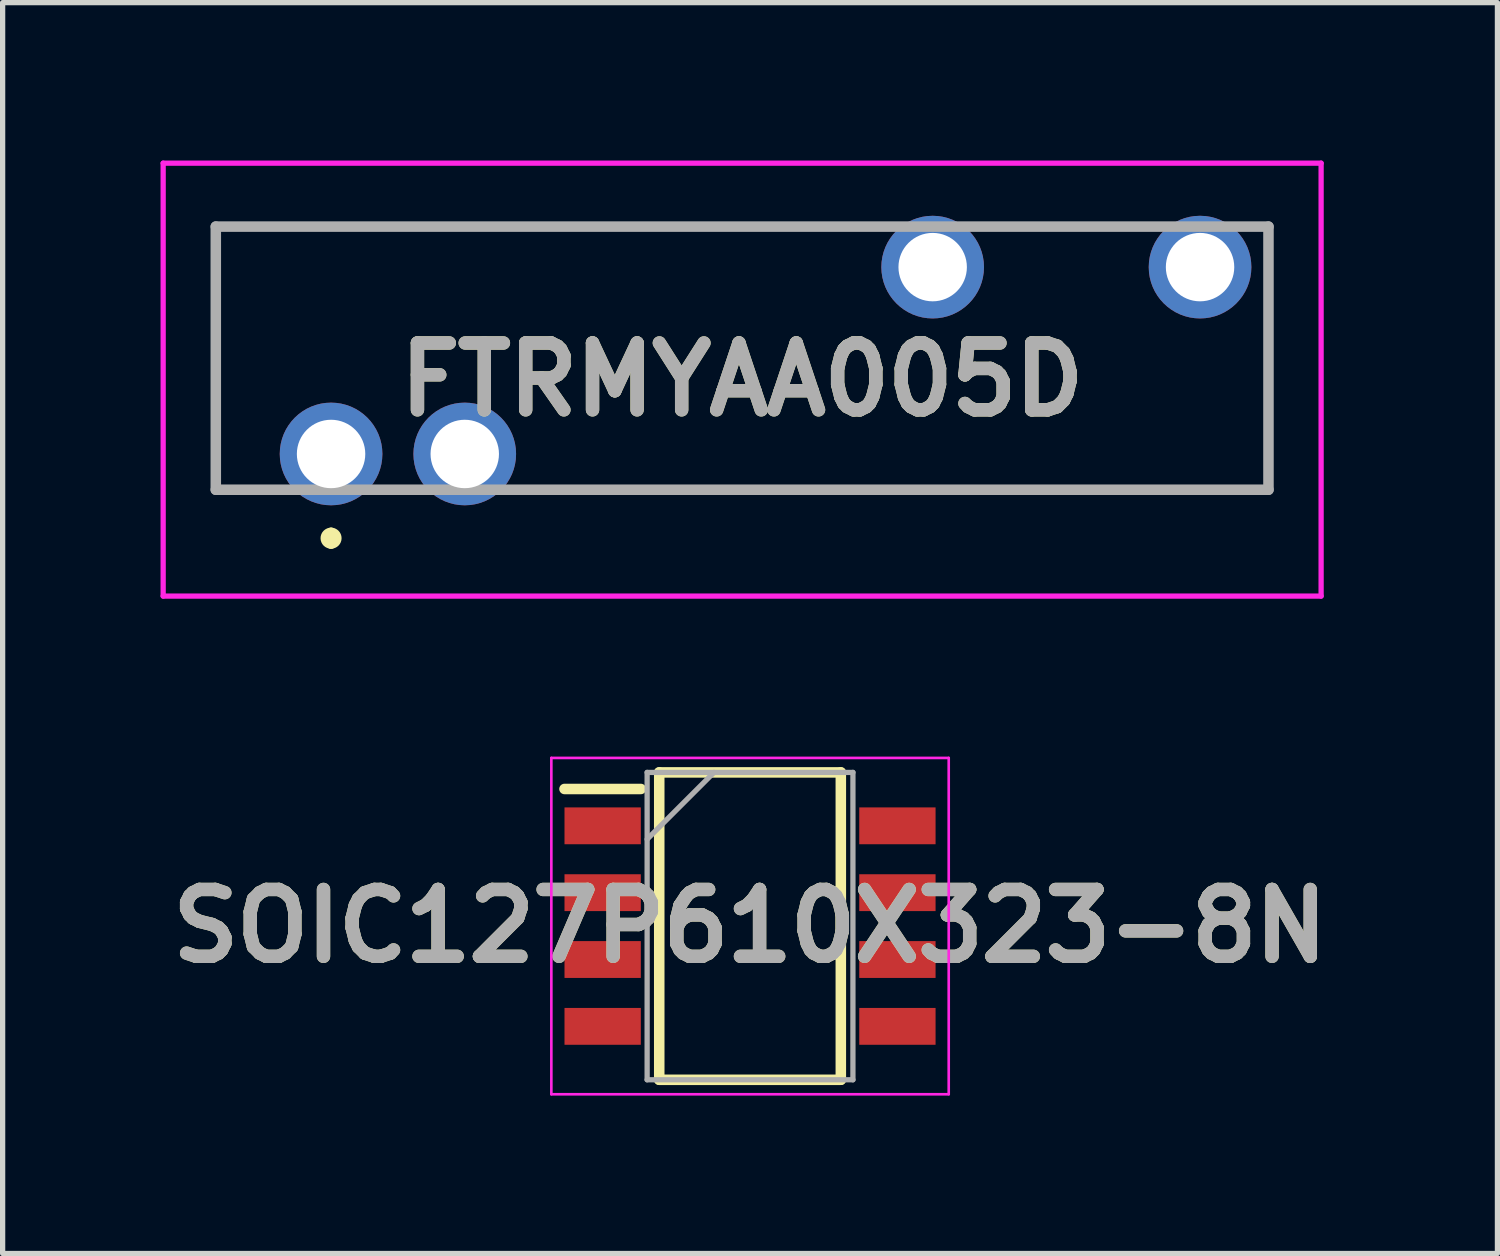
<source format=kicad_pcb>
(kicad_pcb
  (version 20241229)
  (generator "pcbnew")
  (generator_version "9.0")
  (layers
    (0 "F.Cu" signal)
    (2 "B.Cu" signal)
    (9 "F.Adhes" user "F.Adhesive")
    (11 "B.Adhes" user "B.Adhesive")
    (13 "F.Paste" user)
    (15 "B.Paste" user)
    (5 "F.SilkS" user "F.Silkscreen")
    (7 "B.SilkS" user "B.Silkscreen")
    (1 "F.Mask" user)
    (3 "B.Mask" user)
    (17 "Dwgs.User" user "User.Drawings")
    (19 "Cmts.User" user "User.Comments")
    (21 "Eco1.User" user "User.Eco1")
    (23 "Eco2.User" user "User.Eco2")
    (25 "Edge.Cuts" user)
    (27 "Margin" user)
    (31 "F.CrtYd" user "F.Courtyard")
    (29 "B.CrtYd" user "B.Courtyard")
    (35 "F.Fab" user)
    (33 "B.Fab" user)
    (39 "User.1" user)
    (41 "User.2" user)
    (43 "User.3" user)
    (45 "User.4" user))
  (footprint "FTRMYAA005D"
    (layer "F.Cu")
    (at 3.24 5.575)
    (property "Reference" "FTRMYAA005D" (at 7.81 -1.413 0) (layer "F.SilkS") (effects (font (size 1.27 1.27) (thickness 0.254))))
    (attr through_hole)
    (fp_line (start -2.19 -4.32) (end 10 -4.32) (stroke (width 0.1) (type solid)) (layer "F.SilkS"))
    (fp_line (start -2.19 0.68) (end -2.19 -4.32) (stroke (width 0.1) (type solid)) (layer "F.SilkS"))
    (fp_line (start -1.5 0.68) (end -2.19 0.68) (stroke (width 0.1) (type solid)) (layer "F.SilkS"))
    (fp_line (start 0 1.5) (end 0 1.5) (stroke (width 0.2) (type solid)) (layer "F.SilkS"))
    (fp_line (start 0 1.7) (end 0 1.7) (stroke (width 0.2) (type solid)) (layer "F.SilkS"))
    (fp_line (start 4 0.68) (end 17.81 0.68) (stroke (width 0.1) (type solid)) (layer "F.SilkS"))
    (fp_line (start 12.5 -4.32) (end 15 -4.32) (stroke (width 0.1) (type solid)) (layer "F.SilkS"))
    (fp_line (start 17.81 0.68) (end 17.81 -4.32) (stroke (width 0.1) (type solid)) (layer "F.SilkS"))
    (fp_arc (start 0 1.5) (mid 0.1 1.6) (end 0 1.7) (stroke (width 0.2) (type solid)) (layer "F.SilkS"))
    (fp_arc (start 0 1.7) (mid -0.1 1.6) (end 0 1.5) (stroke (width 0.2) (type solid)) (layer "F.SilkS"))
    (fp_line (start -3.19 -5.525) (end -3.19 2.7) (stroke (width 0.1) (type solid)) (layer "F.CrtYd"))
    (fp_line (start -3.19 2.7) (end 18.81 2.7) (stroke (width 0.1) (type solid)) (layer "F.CrtYd"))
    (fp_line (start 18.81 -5.525) (end -3.19 -5.525) (stroke (width 0.1) (type solid)) (layer "F.CrtYd"))
    (fp_line (start 18.81 2.7) (end 18.81 -5.525) (stroke (width 0.1) (type solid)) (layer "F.CrtYd"))
    (fp_line (start -2.19 -4.32) (end -2.19 0.68) (stroke (width 0.2) (type solid)) (layer "F.Fab"))
    (fp_line (start -2.19 0.68) (end 17.81 0.68) (stroke (width 0.2) (type solid)) (layer "F.Fab"))
    (fp_line (start 17.81 -4.32) (end -2.19 -4.32) (stroke (width 0.2) (type solid)) (layer "F.Fab"))
    (fp_line (start 17.81 0.68) (end 17.81 -4.32) (stroke (width 0.2) (type solid)) (layer "F.Fab"))
    (fp_text user "${REFERENCE}" (at 7.81 -1.413 0) (layer "F.Fab") (effects (font (size 1.27 1.27) (thickness 0.254))))
    (pad "1" thru_hole circle (at 0 0) (size 1.95 1.95) (drill 1.3) (layers "*.Cu" "*.Mask"))
    (pad "2" thru_hole circle (at 2.54 0) (size 1.95 1.95) (drill 1.3) (layers "*.Cu" "*.Mask"))
    (pad "3" thru_hole circle (at 16.51 -3.55) (size 1.95 1.95) (drill 1.3) (layers "*.Cu" "*.Mask"))
    (pad "4" thru_hole circle (at 11.43 -3.55) (size 1.95 1.95) (drill 1.3) (layers "*.Cu" "*.Mask")))
  (footprint "SOIC127P610X323-8N"
    (layer "F.Cu")
    (at 11.2 14.545)
    (property "Reference" "SOIC127P610X323-8N" (at 0 0 0) (layer "F.SilkS") (effects (font (size 1.27 1.27) (thickness 0.254))))
    (attr smd)
    (fp_line (start -3.525 -2.605) (end -2.075 -2.605) (stroke (width 0.2) (type solid)) (layer "F.SilkS"))
    (fp_line (start -1.725 -2.92) (end 1.725 -2.92) (stroke (width 0.2) (type solid)) (layer "F.SilkS"))
    (fp_line (start -1.725 2.92) (end -1.725 -2.92) (stroke (width 0.2) (type solid)) (layer "F.SilkS"))
    (fp_line (start 1.725 -2.92) (end 1.725 2.92) (stroke (width 0.2) (type solid)) (layer "F.SilkS"))
    (fp_line (start 1.725 2.92) (end -1.725 2.92) (stroke (width 0.2) (type solid)) (layer "F.SilkS"))
    (fp_line (start -3.775 -3.195) (end 3.775 -3.195) (stroke (width 0.05) (type solid)) (layer "F.CrtYd"))
    (fp_line (start -3.775 3.195) (end -3.775 -3.195) (stroke (width 0.05) (type solid)) (layer "F.CrtYd"))
    (fp_line (start 3.775 -3.195) (end 3.775 3.195) (stroke (width 0.05) (type solid)) (layer "F.CrtYd"))
    (fp_line (start 3.775 3.195) (end -3.775 3.195) (stroke (width 0.05) (type solid)) (layer "F.CrtYd"))
    (fp_line (start -1.955 -2.92) (end 1.955 -2.92) (stroke (width 0.1) (type solid)) (layer "F.Fab"))
    (fp_line (start -1.955 -1.65) (end -0.685 -2.92) (stroke (width 0.1) (type solid)) (layer "F.Fab"))
    (fp_line (start -1.955 2.92) (end -1.955 -2.92) (stroke (width 0.1) (type solid)) (layer "F.Fab"))
    (fp_line (start 1.955 -2.92) (end 1.955 2.92) (stroke (width 0.1) (type solid)) (layer "F.Fab"))
    (fp_line (start 1.955 2.92) (end -1.955 2.92) (stroke (width 0.1) (type solid)) (layer "F.Fab"))
    (fp_text user "${REFERENCE}" (at 0 0 0) (layer "F.Fab") (effects (font (size 1.27 1.27) (thickness 0.254))))
    (pad "1" smd rect (at -2.8 -1.905 90) (size 0.7 1.45) (layers "F.Cu" "F.Mask" "F.Paste"))
    (pad "2" smd rect (at -2.8 -0.635 90) (size 0.7 1.45) (layers "F.Cu" "F.Mask" "F.Paste"))
    (pad "3" smd rect (at -2.8 0.635 90) (size 0.7 1.45) (layers "F.Cu" "F.Mask" "F.Paste"))
    (pad "4" smd rect (at -2.8 1.905 90) (size 0.7 1.45) (layers "F.Cu" "F.Mask" "F.Paste"))
    (pad "5" smd rect (at 2.8 1.905 90) (size 0.7 1.45) (layers "F.Cu" "F.Mask" "F.Paste"))
    (pad "6" smd rect (at 2.8 0.635 90) (size 0.7 1.45) (layers "F.Cu" "F.Mask" "F.Paste"))
    (pad "7" smd rect (at 2.8 -0.635 90) (size 0.7 1.45) (layers "F.Cu" "F.Mask" "F.Paste"))
    (pad "8" smd rect (at 2.8 -1.905 90) (size 0.7 1.45) (layers "F.Cu" "F.Mask" "F.Paste")))
  (gr_rect
    (start -3 -3)
    (end 25.4 20.765)
    (stroke (width 0.1) (type default))
    (fill no)
    (layer "Edge.Cuts")))
</source>
